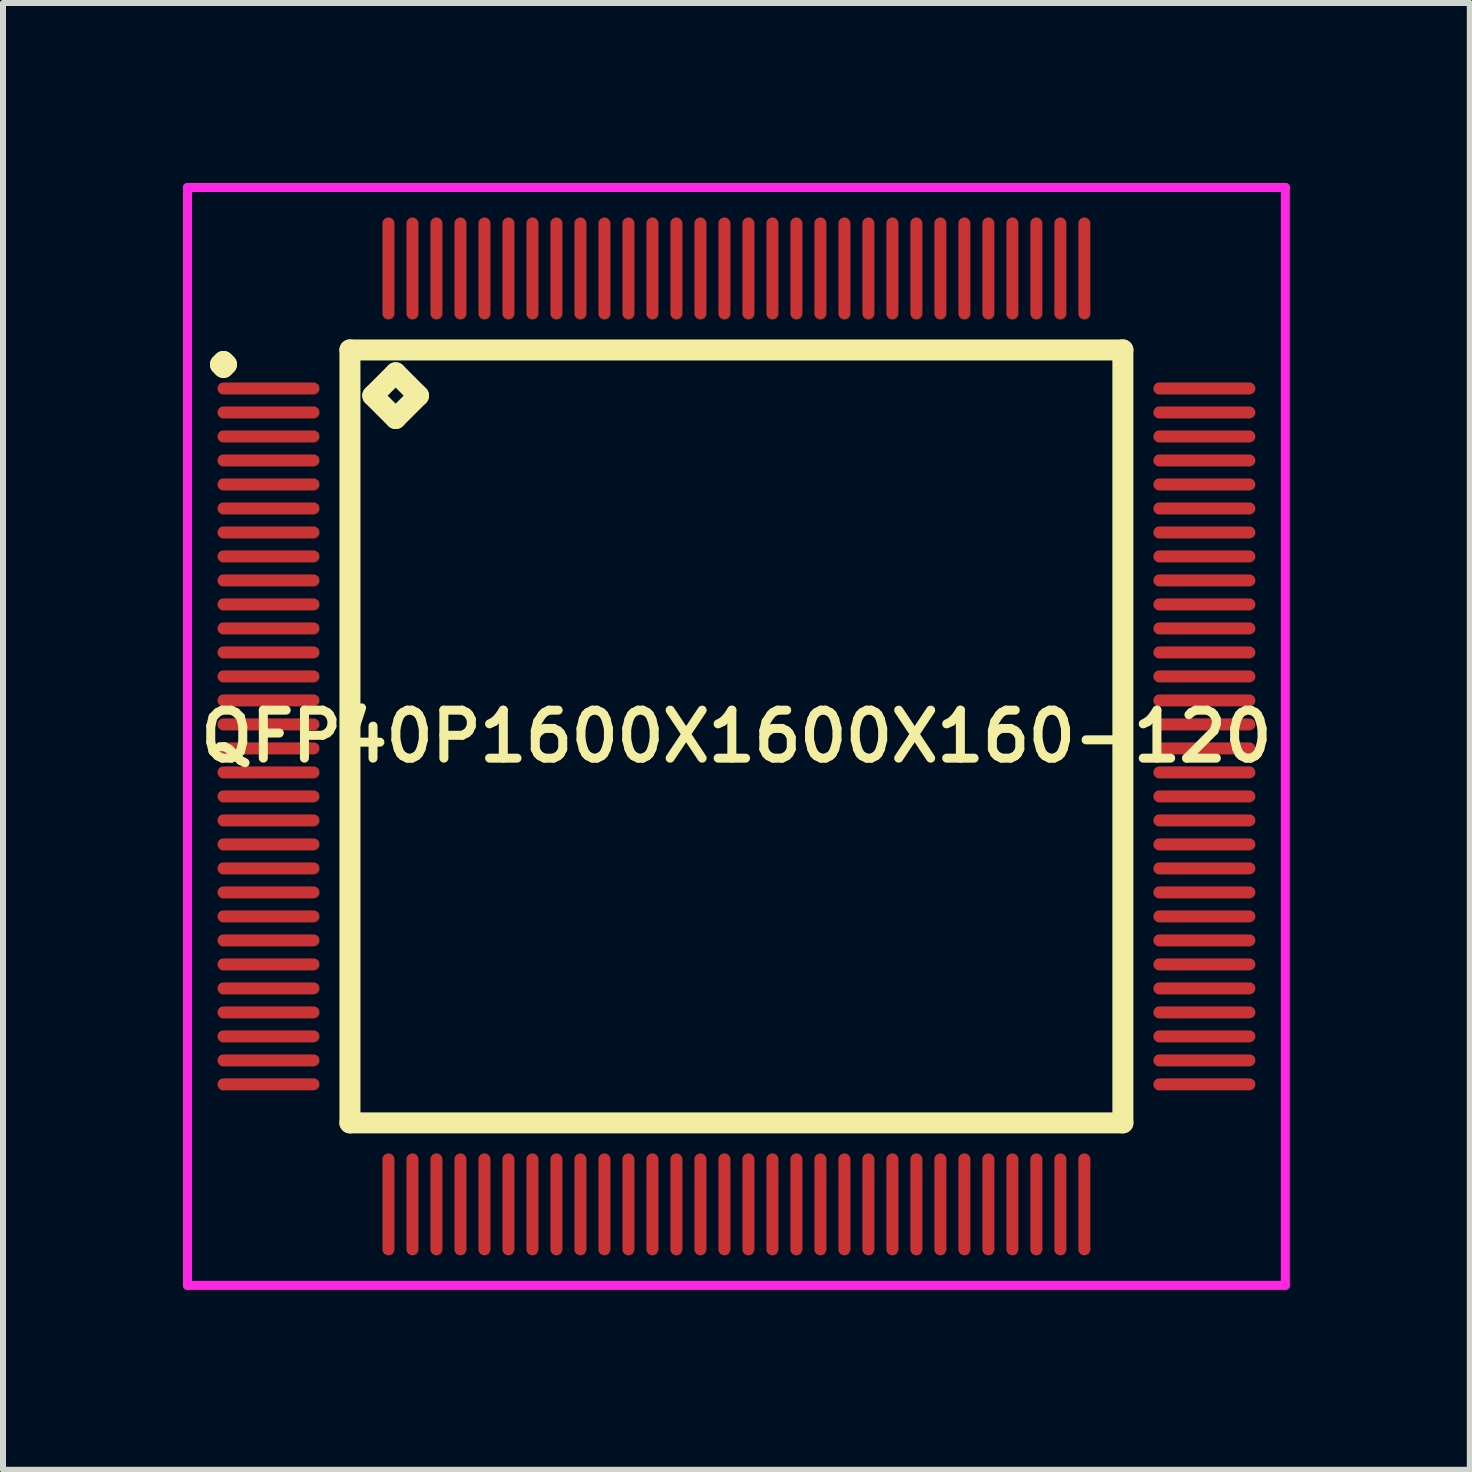
<source format=kicad_pcb>
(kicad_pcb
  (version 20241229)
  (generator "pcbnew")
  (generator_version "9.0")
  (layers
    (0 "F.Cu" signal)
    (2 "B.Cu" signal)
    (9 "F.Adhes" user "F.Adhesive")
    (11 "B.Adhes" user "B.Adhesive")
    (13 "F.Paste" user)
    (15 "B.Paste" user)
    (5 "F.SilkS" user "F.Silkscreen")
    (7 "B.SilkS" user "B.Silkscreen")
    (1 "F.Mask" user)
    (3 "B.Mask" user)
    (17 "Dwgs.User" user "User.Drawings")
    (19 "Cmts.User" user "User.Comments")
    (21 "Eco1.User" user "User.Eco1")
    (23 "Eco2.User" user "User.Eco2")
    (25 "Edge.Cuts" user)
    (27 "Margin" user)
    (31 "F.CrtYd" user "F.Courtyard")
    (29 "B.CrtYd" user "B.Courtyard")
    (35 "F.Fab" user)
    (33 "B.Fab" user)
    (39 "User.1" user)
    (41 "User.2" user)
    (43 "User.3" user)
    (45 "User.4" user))
  (footprint "QFP40P1600X1600X160-120"
    (layer "F.Cu")
    (at 9.225 9.225)
    (property "Reference" "QFP40P1600X1600X160-120" (at 0 0 0) (layer "F.SilkS") (effects (font (size 0.8 0.8) (thickness 0.15))))
    (attr smd)
    (fp_line (start -8.6 -6.2) (end -8.55 -6.25) (stroke (width 0.35) (type solid)) (layer "F.SilkS"))
    (fp_line (start -8.55 -6.25) (end -8.5 -6.2) (stroke (width 0.35) (type solid)) (layer "F.SilkS"))
    (fp_line (start -8.55 -6.15) (end -8.6 -6.2) (stroke (width 0.35) (type solid)) (layer "F.SilkS"))
    (fp_line (start -8.5 -6.2) (end -8.55 -6.15) (stroke (width 0.35) (type solid)) (layer "F.SilkS"))
    (fp_line (start -6.442 -6.442) (end -6.442 6.442) (stroke (width 0.35) (type solid)) (layer "F.SilkS"))
    (fp_line (start -6.442 6.442) (end 6.442 6.442) (stroke (width 0.35) (type solid)) (layer "F.SilkS"))
    (fp_line (start -6.061 -5.68) (end -5.68 -6.061) (stroke (width 0.35) (type solid)) (layer "F.SilkS"))
    (fp_line (start -5.68 -6.061) (end -5.299 -5.68) (stroke (width 0.35) (type solid)) (layer "F.SilkS"))
    (fp_line (start -5.68 -5.299) (end -6.061 -5.68) (stroke (width 0.35) (type solid)) (layer "F.SilkS"))
    (fp_line (start -5.299 -5.68) (end -5.68 -5.299) (stroke (width 0.35) (type solid)) (layer "F.SilkS"))
    (fp_line (start 6.442 -6.442) (end -6.442 -6.442) (stroke (width 0.35) (type solid)) (layer "F.SilkS"))
    (fp_line (start 6.442 6.442) (end 6.442 -6.442) (stroke (width 0.35) (type solid)) (layer "F.SilkS"))
    (fp_line (start -9.15 -9.15) (end 9.15 -9.15) (stroke (width 0.15) (type solid)) (layer "F.CrtYd"))
    (fp_line (start -9.15 9.15) (end -9.15 -9.15) (stroke (width 0.15) (type solid)) (layer "F.CrtYd"))
    (fp_line (start 9.15 -9.15) (end 9.15 9.15) (stroke (width 0.15) (type solid)) (layer "F.CrtYd"))
    (fp_line (start 9.15 9.15) (end -9.15 9.15) (stroke (width 0.15) (type solid)) (layer "F.CrtYd"))
    (pad "1" smd oval (at -7.8 -5.8) (size 1.7 0.2) (layers "F.Cu" "F.Mask" "F.Paste"))
    (pad "2" smd oval (at -7.8 -5.4) (size 1.7 0.2) (layers "F.Cu" "F.Mask" "F.Paste"))
    (pad "3" smd oval (at -7.8 -5) (size 1.7 0.2) (layers "F.Cu" "F.Mask" "F.Paste"))
    (pad "4" smd oval (at -7.8 -4.6) (size 1.7 0.2) (layers "F.Cu" "F.Mask" "F.Paste"))
    (pad "5" smd oval (at -7.8 -4.2) (size 1.7 0.2) (layers "F.Cu" "F.Mask" "F.Paste"))
    (pad "6" smd oval (at -7.8 -3.8) (size 1.7 0.2) (layers "F.Cu" "F.Mask" "F.Paste"))
    (pad "7" smd oval (at -7.8 -3.4) (size 1.7 0.2) (layers "F.Cu" "F.Mask" "F.Paste"))
    (pad "8" smd oval (at -7.8 -3) (size 1.7 0.2) (layers "F.Cu" "F.Mask" "F.Paste"))
    (pad "9" smd oval (at -7.8 -2.6) (size 1.7 0.2) (layers "F.Cu" "F.Mask" "F.Paste"))
    (pad "10" smd oval (at -7.8 -2.2) (size 1.7 0.2) (layers "F.Cu" "F.Mask" "F.Paste"))
    (pad "11" smd oval (at -7.8 -1.8) (size 1.7 0.2) (layers "F.Cu" "F.Mask" "F.Paste"))
    (pad "12" smd oval (at -7.8 -1.4) (size 1.7 0.2) (layers "F.Cu" "F.Mask" "F.Paste"))
    (pad "13" smd oval (at -7.8 -1) (size 1.7 0.2) (layers "F.Cu" "F.Mask" "F.Paste"))
    (pad "14" smd oval (at -7.8 -0.6) (size 1.7 0.2) (layers "F.Cu" "F.Mask" "F.Paste"))
    (pad "15" smd oval (at -7.8 -0.2) (size 1.7 0.2) (layers "F.Cu" "F.Mask" "F.Paste"))
    (pad "16" smd oval (at -7.8 0.2) (size 1.7 0.2) (layers "F.Cu" "F.Mask" "F.Paste"))
    (pad "17" smd oval (at -7.8 0.6) (size 1.7 0.2) (layers "F.Cu" "F.Mask" "F.Paste"))
    (pad "18" smd oval (at -7.8 1) (size 1.7 0.2) (layers "F.Cu" "F.Mask" "F.Paste"))
    (pad "19" smd oval (at -7.8 1.4) (size 1.7 0.2) (layers "F.Cu" "F.Mask" "F.Paste"))
    (pad "20" smd oval (at -7.8 1.8) (size 1.7 0.2) (layers "F.Cu" "F.Mask" "F.Paste"))
    (pad "21" smd oval (at -7.8 2.2) (size 1.7 0.2) (layers "F.Cu" "F.Mask" "F.Paste"))
    (pad "22" smd oval (at -7.8 2.6) (size 1.7 0.2) (layers "F.Cu" "F.Mask" "F.Paste"))
    (pad "23" smd oval (at -7.8 3) (size 1.7 0.2) (layers "F.Cu" "F.Mask" "F.Paste"))
    (pad "24" smd oval (at -7.8 3.4) (size 1.7 0.2) (layers "F.Cu" "F.Mask" "F.Paste"))
    (pad "25" smd oval (at -7.8 3.8) (size 1.7 0.2) (layers "F.Cu" "F.Mask" "F.Paste"))
    (pad "26" smd oval (at -7.8 4.2) (size 1.7 0.2) (layers "F.Cu" "F.Mask" "F.Paste"))
    (pad "27" smd oval (at -7.8 4.6) (size 1.7 0.2) (layers "F.Cu" "F.Mask" "F.Paste"))
    (pad "28" smd oval (at -7.8 5) (size 1.7 0.2) (layers "F.Cu" "F.Mask" "F.Paste"))
    (pad "29" smd oval (at -7.8 5.4) (size 1.7 0.2) (layers "F.Cu" "F.Mask" "F.Paste"))
    (pad "30" smd oval (at -7.8 5.8) (size 1.7 0.2) (layers "F.Cu" "F.Mask" "F.Paste"))
    (pad "31" smd oval (at -5.8 7.8) (size 0.2 1.7) (layers "F.Cu" "F.Mask" "F.Paste"))
    (pad "32" smd oval (at -5.4 7.8) (size 0.2 1.7) (layers "F.Cu" "F.Mask" "F.Paste"))
    (pad "33" smd oval (at -5 7.8) (size 0.2 1.7) (layers "F.Cu" "F.Mask" "F.Paste"))
    (pad "34" smd oval (at -4.6 7.8) (size 0.2 1.7) (layers "F.Cu" "F.Mask" "F.Paste"))
    (pad "35" smd oval (at -4.2 7.8) (size 0.2 1.7) (layers "F.Cu" "F.Mask" "F.Paste"))
    (pad "36" smd oval (at -3.8 7.8) (size 0.2 1.7) (layers "F.Cu" "F.Mask" "F.Paste"))
    (pad "37" smd oval (at -3.4 7.8) (size 0.2 1.7) (layers "F.Cu" "F.Mask" "F.Paste"))
    (pad "38" smd oval (at -3 7.8) (size 0.2 1.7) (layers "F.Cu" "F.Mask" "F.Paste"))
    (pad "39" smd oval (at -2.6 7.8) (size 0.2 1.7) (layers "F.Cu" "F.Mask" "F.Paste"))
    (pad "40" smd oval (at -2.2 7.8) (size 0.2 1.7) (layers "F.Cu" "F.Mask" "F.Paste"))
    (pad "41" smd oval (at -1.8 7.8) (size 0.2 1.7) (layers "F.Cu" "F.Mask" "F.Paste"))
    (pad "42" smd oval (at -1.4 7.8) (size 0.2 1.7) (layers "F.Cu" "F.Mask" "F.Paste"))
    (pad "43" smd oval (at -1 7.8) (size 0.2 1.7) (layers "F.Cu" "F.Mask" "F.Paste"))
    (pad "44" smd oval (at -0.6 7.8) (size 0.2 1.7) (layers "F.Cu" "F.Mask" "F.Paste"))
    (pad "45" smd oval (at -0.2 7.8) (size 0.2 1.7) (layers "F.Cu" "F.Mask" "F.Paste"))
    (pad "46" smd oval (at 0.2 7.8) (size 0.2 1.7) (layers "F.Cu" "F.Mask" "F.Paste"))
    (pad "47" smd oval (at 0.6 7.8) (size 0.2 1.7) (layers "F.Cu" "F.Mask" "F.Paste"))
    (pad "48" smd oval (at 1 7.8) (size 0.2 1.7) (layers "F.Cu" "F.Mask" "F.Paste"))
    (pad "49" smd oval (at 1.4 7.8) (size 0.2 1.7) (layers "F.Cu" "F.Mask" "F.Paste"))
    (pad "50" smd oval (at 1.8 7.8) (size 0.2 1.7) (layers "F.Cu" "F.Mask" "F.Paste"))
    (pad "51" smd oval (at 2.2 7.8) (size 0.2 1.7) (layers "F.Cu" "F.Mask" "F.Paste"))
    (pad "52" smd oval (at 2.6 7.8) (size 0.2 1.7) (layers "F.Cu" "F.Mask" "F.Paste"))
    (pad "53" smd oval (at 3 7.8) (size 0.2 1.7) (layers "F.Cu" "F.Mask" "F.Paste"))
    (pad "54" smd oval (at 3.4 7.8) (size 0.2 1.7) (layers "F.Cu" "F.Mask" "F.Paste"))
    (pad "55" smd oval (at 3.8 7.8) (size 0.2 1.7) (layers "F.Cu" "F.Mask" "F.Paste"))
    (pad "56" smd oval (at 4.2 7.8) (size 0.2 1.7) (layers "F.Cu" "F.Mask" "F.Paste"))
    (pad "57" smd oval (at 4.6 7.8) (size 0.2 1.7) (layers "F.Cu" "F.Mask" "F.Paste"))
    (pad "58" smd oval (at 5 7.8) (size 0.2 1.7) (layers "F.Cu" "F.Mask" "F.Paste"))
    (pad "59" smd oval (at 5.4 7.8) (size 0.2 1.7) (layers "F.Cu" "F.Mask" "F.Paste"))
    (pad "60" smd oval (at 5.8 7.8) (size 0.2 1.7) (layers "F.Cu" "F.Mask" "F.Paste"))
    (pad "61" smd oval (at 7.8 5.8) (size 1.7 0.2) (layers "F.Cu" "F.Mask" "F.Paste"))
    (pad "62" smd oval (at 7.8 5.4) (size 1.7 0.2) (layers "F.Cu" "F.Mask" "F.Paste"))
    (pad "63" smd oval (at 7.8 5) (size 1.7 0.2) (layers "F.Cu" "F.Mask" "F.Paste"))
    (pad "64" smd oval (at 7.8 4.6) (size 1.7 0.2) (layers "F.Cu" "F.Mask" "F.Paste"))
    (pad "65" smd oval (at 7.8 4.2) (size 1.7 0.2) (layers "F.Cu" "F.Mask" "F.Paste"))
    (pad "66" smd oval (at 7.8 3.8) (size 1.7 0.2) (layers "F.Cu" "F.Mask" "F.Paste"))
    (pad "67" smd oval (at 7.8 3.4) (size 1.7 0.2) (layers "F.Cu" "F.Mask" "F.Paste"))
    (pad "68" smd oval (at 7.8 3) (size 1.7 0.2) (layers "F.Cu" "F.Mask" "F.Paste"))
    (pad "69" smd oval (at 7.8 2.6) (size 1.7 0.2) (layers "F.Cu" "F.Mask" "F.Paste"))
    (pad "70" smd oval (at 7.8 2.2) (size 1.7 0.2) (layers "F.Cu" "F.Mask" "F.Paste"))
    (pad "71" smd oval (at 7.8 1.8) (size 1.7 0.2) (layers "F.Cu" "F.Mask" "F.Paste"))
    (pad "72" smd oval (at 7.8 1.4) (size 1.7 0.2) (layers "F.Cu" "F.Mask" "F.Paste"))
    (pad "73" smd oval (at 7.8 1) (size 1.7 0.2) (layers "F.Cu" "F.Mask" "F.Paste"))
    (pad "74" smd oval (at 7.8 0.6) (size 1.7 0.2) (layers "F.Cu" "F.Mask" "F.Paste"))
    (pad "75" smd oval (at 7.8 0.2) (size 1.7 0.2) (layers "F.Cu" "F.Mask" "F.Paste"))
    (pad "76" smd oval (at 7.8 -0.2) (size 1.7 0.2) (layers "F.Cu" "F.Mask" "F.Paste"))
    (pad "77" smd oval (at 7.8 -0.6) (size 1.7 0.2) (layers "F.Cu" "F.Mask" "F.Paste"))
    (pad "78" smd oval (at 7.8 -1) (size 1.7 0.2) (layers "F.Cu" "F.Mask" "F.Paste"))
    (pad "79" smd oval (at 7.8 -1.4) (size 1.7 0.2) (layers "F.Cu" "F.Mask" "F.Paste"))
    (pad "80" smd oval (at 7.8 -1.8) (size 1.7 0.2) (layers "F.Cu" "F.Mask" "F.Paste"))
    (pad "81" smd oval (at 7.8 -2.2) (size 1.7 0.2) (layers "F.Cu" "F.Mask" "F.Paste"))
    (pad "82" smd oval (at 7.8 -2.6) (size 1.7 0.2) (layers "F.Cu" "F.Mask" "F.Paste"))
    (pad "83" smd oval (at 7.8 -3) (size 1.7 0.2) (layers "F.Cu" "F.Mask" "F.Paste"))
    (pad "84" smd oval (at 7.8 -3.4) (size 1.7 0.2) (layers "F.Cu" "F.Mask" "F.Paste"))
    (pad "85" smd oval (at 7.8 -3.8) (size 1.7 0.2) (layers "F.Cu" "F.Mask" "F.Paste"))
    (pad "86" smd oval (at 7.8 -4.2) (size 1.7 0.2) (layers "F.Cu" "F.Mask" "F.Paste"))
    (pad "87" smd oval (at 7.8 -4.6) (size 1.7 0.2) (layers "F.Cu" "F.Mask" "F.Paste"))
    (pad "88" smd oval (at 7.8 -5) (size 1.7 0.2) (layers "F.Cu" "F.Mask" "F.Paste"))
    (pad "89" smd oval (at 7.8 -5.4) (size 1.7 0.2) (layers "F.Cu" "F.Mask" "F.Paste"))
    (pad "90" smd oval (at 7.8 -5.8) (size 1.7 0.2) (layers "F.Cu" "F.Mask" "F.Paste"))
    (pad "91" smd oval (at 5.8 -7.8) (size 0.2 1.7) (layers "F.Cu" "F.Mask" "F.Paste"))
    (pad "92" smd oval (at 5.4 -7.8) (size 0.2 1.7) (layers "F.Cu" "F.Mask" "F.Paste"))
    (pad "93" smd oval (at 5 -7.8) (size 0.2 1.7) (layers "F.Cu" "F.Mask" "F.Paste"))
    (pad "94" smd oval (at 4.6 -7.8) (size 0.2 1.7) (layers "F.Cu" "F.Mask" "F.Paste"))
    (pad "95" smd oval (at 4.2 -7.8) (size 0.2 1.7) (layers "F.Cu" "F.Mask" "F.Paste"))
    (pad "96" smd oval (at 3.8 -7.8) (size 0.2 1.7) (layers "F.Cu" "F.Mask" "F.Paste"))
    (pad "97" smd oval (at 3.4 -7.8) (size 0.2 1.7) (layers "F.Cu" "F.Mask" "F.Paste"))
    (pad "98" smd oval (at 3 -7.8) (size 0.2 1.7) (layers "F.Cu" "F.Mask" "F.Paste"))
    (pad "99" smd oval (at 2.6 -7.8) (size 0.2 1.7) (layers "F.Cu" "F.Mask" "F.Paste"))
    (pad "100" smd oval (at 2.2 -7.8) (size 0.2 1.7) (layers "F.Cu" "F.Mask" "F.Paste"))
    (pad "101" smd oval (at 1.8 -7.8) (size 0.2 1.7) (layers "F.Cu" "F.Mask" "F.Paste"))
    (pad "102" smd oval (at 1.4 -7.8) (size 0.2 1.7) (layers "F.Cu" "F.Mask" "F.Paste"))
    (pad "103" smd oval (at 1 -7.8) (size 0.2 1.7) (layers "F.Cu" "F.Mask" "F.Paste"))
    (pad "104" smd oval (at 0.6 -7.8) (size 0.2 1.7) (layers "F.Cu" "F.Mask" "F.Paste"))
    (pad "105" smd oval (at 0.2 -7.8) (size 0.2 1.7) (layers "F.Cu" "F.Mask" "F.Paste"))
    (pad "106" smd oval (at -0.2 -7.8) (size 0.2 1.7) (layers "F.Cu" "F.Mask" "F.Paste"))
    (pad "107" smd oval (at -0.6 -7.8) (size 0.2 1.7) (layers "F.Cu" "F.Mask" "F.Paste"))
    (pad "108" smd oval (at -1 -7.8) (size 0.2 1.7) (layers "F.Cu" "F.Mask" "F.Paste"))
    (pad "109" smd oval (at -1.4 -7.8) (size 0.2 1.7) (layers "F.Cu" "F.Mask" "F.Paste"))
    (pad "110" smd oval (at -1.8 -7.8) (size 0.2 1.7) (layers "F.Cu" "F.Mask" "F.Paste"))
    (pad "111" smd oval (at -2.2 -7.8) (size 0.2 1.7) (layers "F.Cu" "F.Mask" "F.Paste"))
    (pad "112" smd oval (at -2.6 -7.8) (size 0.2 1.7) (layers "F.Cu" "F.Mask" "F.Paste"))
    (pad "113" smd oval (at -3 -7.8) (size 0.2 1.7) (layers "F.Cu" "F.Mask" "F.Paste"))
    (pad "114" smd oval (at -3.4 -7.8) (size 0.2 1.7) (layers "F.Cu" "F.Mask" "F.Paste"))
    (pad "115" smd oval (at -3.8 -7.8) (size 0.2 1.7) (layers "F.Cu" "F.Mask" "F.Paste"))
    (pad "116" smd oval (at -4.2 -7.8) (size 0.2 1.7) (layers "F.Cu" "F.Mask" "F.Paste"))
    (pad "117" smd oval (at -4.6 -7.8) (size 0.2 1.7) (layers "F.Cu" "F.Mask" "F.Paste"))
    (pad "118" smd oval (at -5 -7.8) (size 0.2 1.7) (layers "F.Cu" "F.Mask" "F.Paste"))
    (pad "119" smd oval (at -5.4 -7.8) (size 0.2 1.7) (layers "F.Cu" "F.Mask" "F.Paste"))
    (pad "120" smd oval (at -5.8 -7.8) (size 0.2 1.7) (layers "F.Cu" "F.Mask" "F.Paste")))
  (gr_rect
    (start -3 -3)
    (end 21.45 21.45)
    (stroke (width 0.1) (type default))
    (fill no)
    (layer "Edge.Cuts")))
</source>
